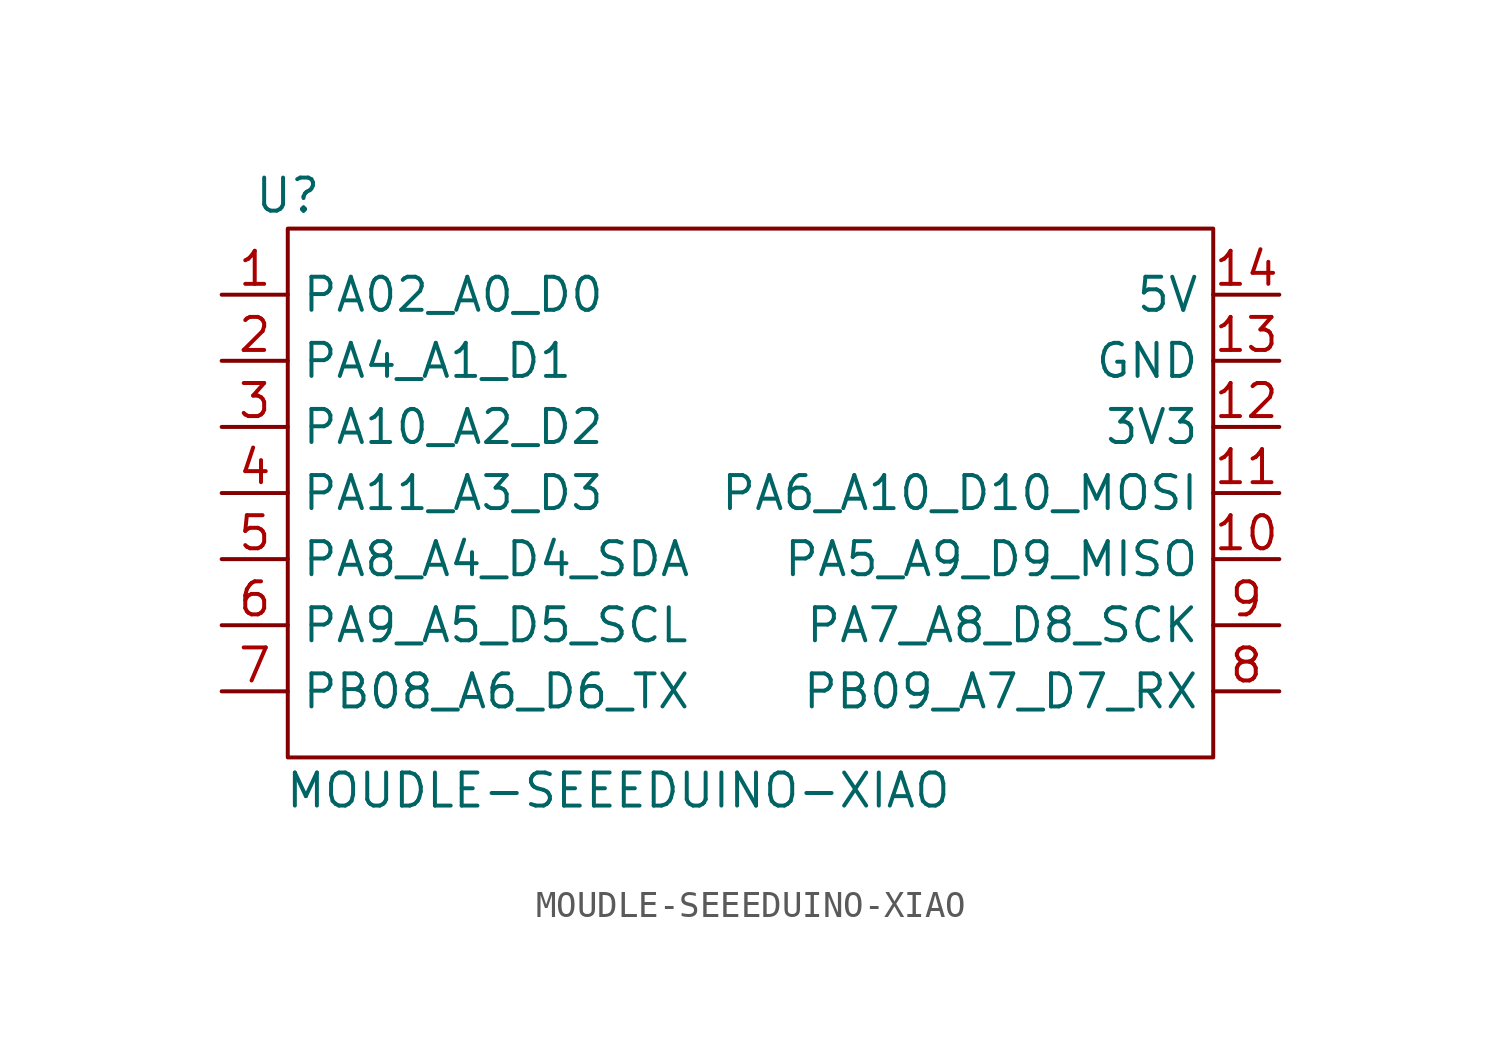
<source format=kicad_sym>
(kicad_symbol_lib
  (version 20231120)
  (generator "kicad_symbol_editor")
  (generator_version "8.0")
  (symbol "MOUDLE-SEEEDUINO-XIAO"
    (property "Reference" "U"
      (at -16.51 11.43 0)
      (effects (font (size 1.27 1.27))))
    (property "Value" "MOUDLE-SEEEDUINO-XIAO"
      (at -3.81 -11.43 0)
      (effects (font (size 1.27 1.27))))
    (symbol "MOUDLE-SEEEDUINO-XIAO_0_1"
      (rectangle (start -16.51 10.16) (end 19.05 -10.16) (stroke (width 0) (type default)) (fill (type none))))
    (symbol "MOUDLE-SEEEDUINO-XIAO_1_1"
      (pin passive line (at -19.05 7.62 0) (length 2.54) (name "PA02_A0_D0" (effects (font (size 1.27 1.27)))) (number "1" (effects (font (size 1.27 1.27)))))
      (pin passive line (at 21.59 -2.54 180) (length 2.54) (name "PA5_A9_D9_MISO" (effects (font (size 1.27 1.27)))) (number "10" (effects (font (size 1.27 1.27)))))
      (pin passive line (at 21.59 0 180) (length 2.54) (name "PA6_A10_D10_MOSI" (effects (font (size 1.27 1.27)))) (number "11" (effects (font (size 1.27 1.27)))))
      (pin power_out line (at 21.59 2.54 180) (length 2.54) (name "3V3" (effects (font (size 1.27 1.27)))) (number "12" (effects (font (size 1.27 1.27)))))
      (pin power_out line (at 21.59 5.08 180) (length 2.54) (name "GND" (effects (font (size 1.27 1.27)))) (number "13" (effects (font (size 1.27 1.27)))))
      (pin power_out line (at 21.59 7.62 180) (length 2.54) (name "5V" (effects (font (size 1.27 1.27)))) (number "14" (effects (font (size 1.27 1.27)))))
      (pin passive line (at -19.05 5.08 0) (length 2.54) (name "PA4_A1_D1" (effects (font (size 1.27 1.27)))) (number "2" (effects (font (size 1.27 1.27)))))
      (pin passive line (at -19.05 2.54 0) (length 2.54) (name "PA10_A2_D2" (effects (font (size 1.27 1.27)))) (number "3" (effects (font (size 1.27 1.27)))))
      (pin passive line (at -19.05 0 0) (length 2.54) (name "PA11_A3_D3" (effects (font (size 1.27 1.27)))) (number "4" (effects (font (size 1.27 1.27)))))
      (pin passive line (at -19.05 -2.54 0) (length 2.54) (name "PA8_A4_D4_SDA" (effects (font (size 1.27 1.27)))) (number "5" (effects (font (size 1.27 1.27)))))
      (pin passive line (at -19.05 -5.08 0) (length 2.54) (name "PA9_A5_D5_SCL" (effects (font (size 1.27 1.27)))) (number "6" (effects (font (size 1.27 1.27)))))
      (pin passive line (at -19.05 -7.62 0) (length 2.54) (name "PB08_A6_D6_TX" (effects (font (size 1.27 1.27)))) (number "7" (effects (font (size 1.27 1.27)))))
      (pin passive line (at 21.59 -7.62 180) (length 2.54) (name "PB09_A7_D7_RX" (effects (font (size 1.27 1.27)))) (number "8" (effects (font (size 1.27 1.27)))))
      (pin passive line (at 21.59 -5.08 180) (length 2.54) (name "PA7_A8_D8_SCK" (effects (font (size 1.27 1.27)))) (number "9" (effects (font (size 1.27 1.27))))))))
</source>
